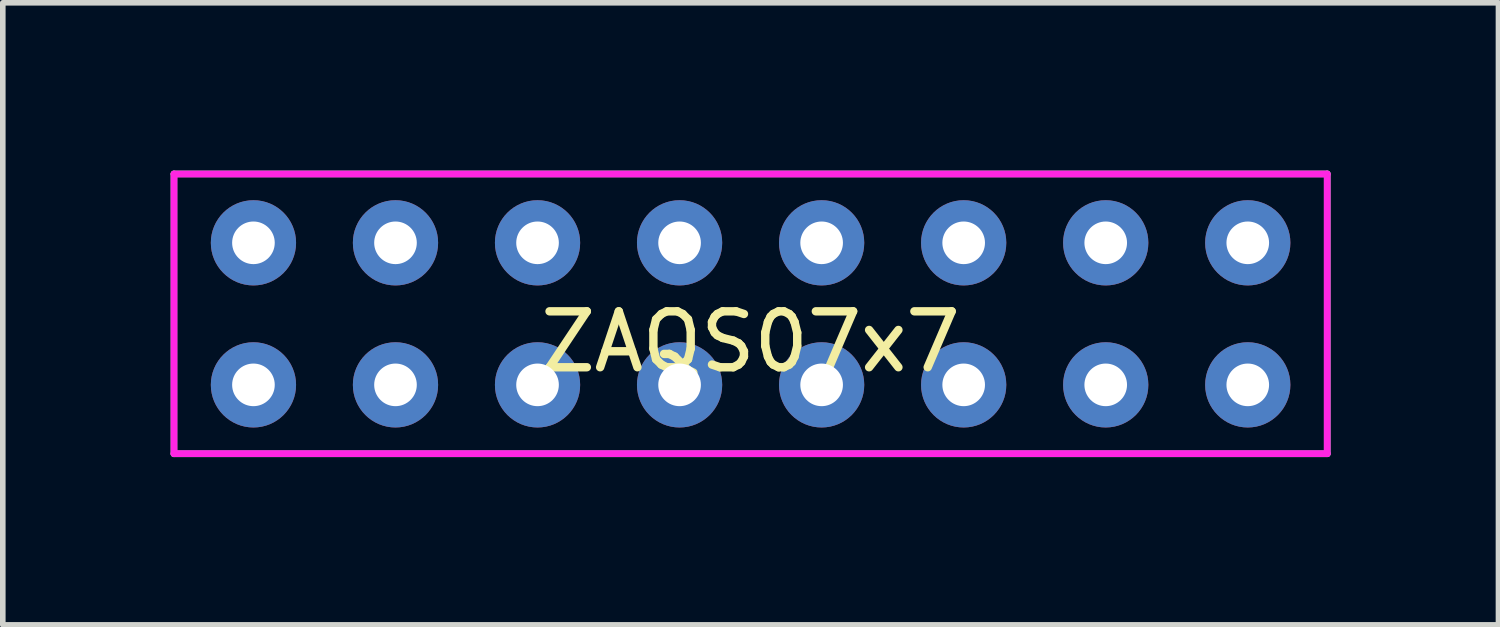
<source format=kicad_pcb>
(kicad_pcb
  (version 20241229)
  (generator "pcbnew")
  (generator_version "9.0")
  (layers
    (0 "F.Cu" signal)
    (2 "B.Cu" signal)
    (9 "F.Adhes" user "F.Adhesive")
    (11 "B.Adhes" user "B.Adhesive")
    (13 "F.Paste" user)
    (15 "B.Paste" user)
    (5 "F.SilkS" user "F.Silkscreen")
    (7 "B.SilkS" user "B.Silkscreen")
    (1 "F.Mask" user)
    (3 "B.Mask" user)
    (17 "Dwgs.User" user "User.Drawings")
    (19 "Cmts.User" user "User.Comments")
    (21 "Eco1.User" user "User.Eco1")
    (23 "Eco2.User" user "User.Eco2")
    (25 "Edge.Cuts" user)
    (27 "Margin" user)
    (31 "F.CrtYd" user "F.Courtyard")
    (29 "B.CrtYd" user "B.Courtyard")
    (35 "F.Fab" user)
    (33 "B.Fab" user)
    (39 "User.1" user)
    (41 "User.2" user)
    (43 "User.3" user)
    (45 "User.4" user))
  (footprint "ZAQS07x7"
    (layer "F.Cu")
    (at 10.372 2.562)
    (property "Reference" "ZAQS07x7" (at 0 0.5 0) (layer "F.SilkS") (effects (font (size 1 1) (thickness 0.15))))
    (attr through_hole)
    (fp_line (start -10.31 2.5) (end -10.31 -2.5) (stroke (width 0.12) (type solid)) (layer "F.CrtYd"))
    (fp_line (start 10.31 -2.5) (end -10.31 -2.5) (stroke (width 0.12) (type solid)) (layer "F.CrtYd"))
    (fp_line (start 10.31 2.5) (end -10.31 2.5) (stroke (width 0.12) (type solid)) (layer "F.CrtYd"))
    (fp_line (start 10.31 2.5) (end 10.31 -2.5) (stroke (width 0.12) (type solid)) (layer "F.CrtYd"))
    (fp_line (start -10.312 -2.502) (end 10.312 -2.502) (stroke (width 0.12) (type solid)) (layer "F.Fab"))
    (fp_line (start -10.312 2.502) (end -10.312 -2.502) (stroke (width 0.12) (type solid)) (layer "F.Fab"))
    (fp_line (start 10.312 -2.502) (end 10.312 2.502) (stroke (width 0.12) (type solid)) (layer "F.Fab"))
    (fp_line (start 10.312 2.502) (end -10.312 2.502) (stroke (width 0.12) (type solid)) (layer "F.Fab"))
    (pad "1" thru_hole circle (at -8.89 1.27) (size 1.524 1.524) (drill 0.762) (layers "*.Cu" "*.Mask"))
    (pad "2" thru_hole circle (at -6.35 1.27) (size 1.524 1.524) (drill 0.762) (layers "*.Cu" "*.Mask"))
    (pad "3" thru_hole circle (at -3.81 1.27) (size 1.524 1.524) (drill 0.762) (layers "*.Cu" "*.Mask"))
    (pad "4" thru_hole circle (at -1.27 1.27) (size 1.524 1.524) (drill 0.762) (layers "*.Cu" "*.Mask"))
    (pad "5" thru_hole circle (at 1.27 1.27) (size 1.524 1.524) (drill 0.762) (layers "*.Cu" "*.Mask"))
    (pad "6" thru_hole circle (at 3.81 1.27) (size 1.524 1.524) (drill 0.762) (layers "*.Cu" "*.Mask"))
    (pad "7" thru_hole circle (at 6.35 1.27) (size 1.524 1.524) (drill 0.762) (layers "*.Cu" "*.Mask"))
    (pad "8" thru_hole circle (at 8.89 1.27) (size 1.524 1.524) (drill 0.762) (layers "*.Cu" "*.Mask"))
    (pad "9" thru_hole circle (at 8.89 -1.27) (size 1.524 1.524) (drill 0.762) (layers "*.Cu" "*.Mask"))
    (pad "10" thru_hole circle (at 6.35 -1.27) (size 1.524 1.524) (drill 0.762) (layers "*.Cu" "*.Mask"))
    (pad "11" thru_hole circle (at 3.81 -1.27) (size 1.524 1.524) (drill 0.762) (layers "*.Cu" "*.Mask"))
    (pad "12" thru_hole circle (at 1.27 -1.27) (size 1.524 1.524) (drill 0.762) (layers "*.Cu" "*.Mask"))
    (pad "13" thru_hole circle (at -1.27 -1.27) (size 1.524 1.524) (drill 0.762) (layers "*.Cu" "*.Mask"))
    (pad "14" thru_hole circle (at -3.81 -1.27) (size 1.524 1.524) (drill 0.762) (layers "*.Cu" "*.Mask"))
    (pad "15" thru_hole circle (at -6.35 -1.27) (size 1.524 1.524) (drill 0.762) (layers "*.Cu" "*.Mask"))
    (pad "16" thru_hole circle (at -8.89 -1.27) (size 1.524 1.524) (drill 0.762) (layers "*.Cu" "*.Mask")))
  (gr_rect
    (start -3 -3)
    (end 23.745 8.124)
    (stroke (width 0.1) (type default))
    (fill no)
    (layer "Edge.Cuts")))
</source>
